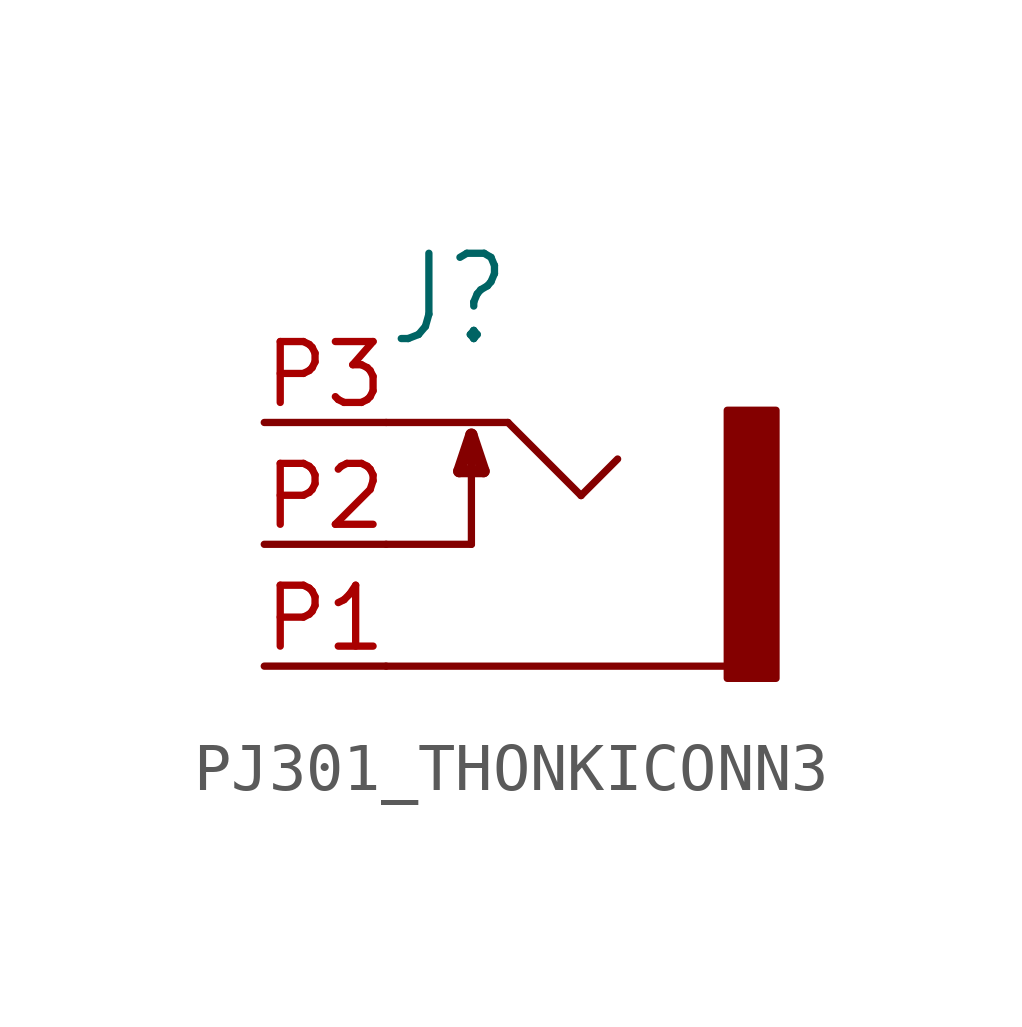
<source format=kicad_sym>
(kicad_symbol_lib
  (version 20211014)
  (generator kicad_symbol_editor)
  (symbol "PJ301_THONKICONN3"
    (property "Reference" "J"
      (at -2.54 4.064 0)
      (effects (font (size 1.778 1.511)) (justify left bottom)))
    (property "ki_locked" ""
      (at 0 0 0)
      (effects (font (size 1.27 1.27))))
    (symbol "PJ301_THONKICONN3_1_0"
      (polyline (pts (xy -2.54 -2.54) (xy 4.572 -2.54)) (stroke (width 0.152) (type default) (color 0 0 0 0)) (fill (type none)))
      (polyline (pts (xy -2.54 0) (xy -0.762 0)) (stroke (width 0.152) (type default) (color 0 0 0 0)) (fill (type none)))
      (polyline (pts (xy -2.54 2.54) (xy 0 2.54)) (stroke (width 0.152) (type default) (color 0 0 0 0)) (fill (type none)))
      (polyline (pts (xy -1.016 1.524) (xy -0.508 1.524)) (stroke (width 0.254) (type default) (color 0 0 0 0)) (fill (type none)))
      (polyline (pts (xy -0.762 0) (xy -0.762 2.286)) (stroke (width 0.152) (type default) (color 0 0 0 0)) (fill (type none)))
      (polyline (pts (xy -0.762 2.286) (xy -1.016 1.524)) (stroke (width 0.254) (type default) (color 0 0 0 0)) (fill (type none)))
      (polyline (pts (xy -0.508 1.524) (xy -0.762 2.286)) (stroke (width 0.254) (type default) (color 0 0 0 0)) (fill (type none)))
      (polyline (pts (xy 0 2.54) (xy 1.524 1.016)) (stroke (width 0.152) (type default) (color 0 0 0 0)) (fill (type none)))
      (polyline (pts (xy 1.524 1.016) (xy 2.286 1.778)) (stroke (width 0.152) (type default) (color 0 0 0 0)) (fill (type none)))
      (rectangle (start 4.572 2.794) (end 5.588 -2.794) (stroke (width 0) (type default) (color 0 0 0 0)) (fill (type outline)))
      (pin passive line (at -5.08 -2.54 0) (length 2.54) (name "1" (effects (font (size 0 0)))) (number "P1" (effects (font (size 1.27 1.27)))))
      (pin passive line (at -5.08 0 0) (length 2.54) (name "2" (effects (font (size 0 0)))) (number "P2" (effects (font (size 1.27 1.27)))))
      (pin passive line (at -5.08 2.54 0) (length 2.54) (name "3" (effects (font (size 0 0)))) (number "P3" (effects (font (size 1.27 1.27))))))))
</source>
